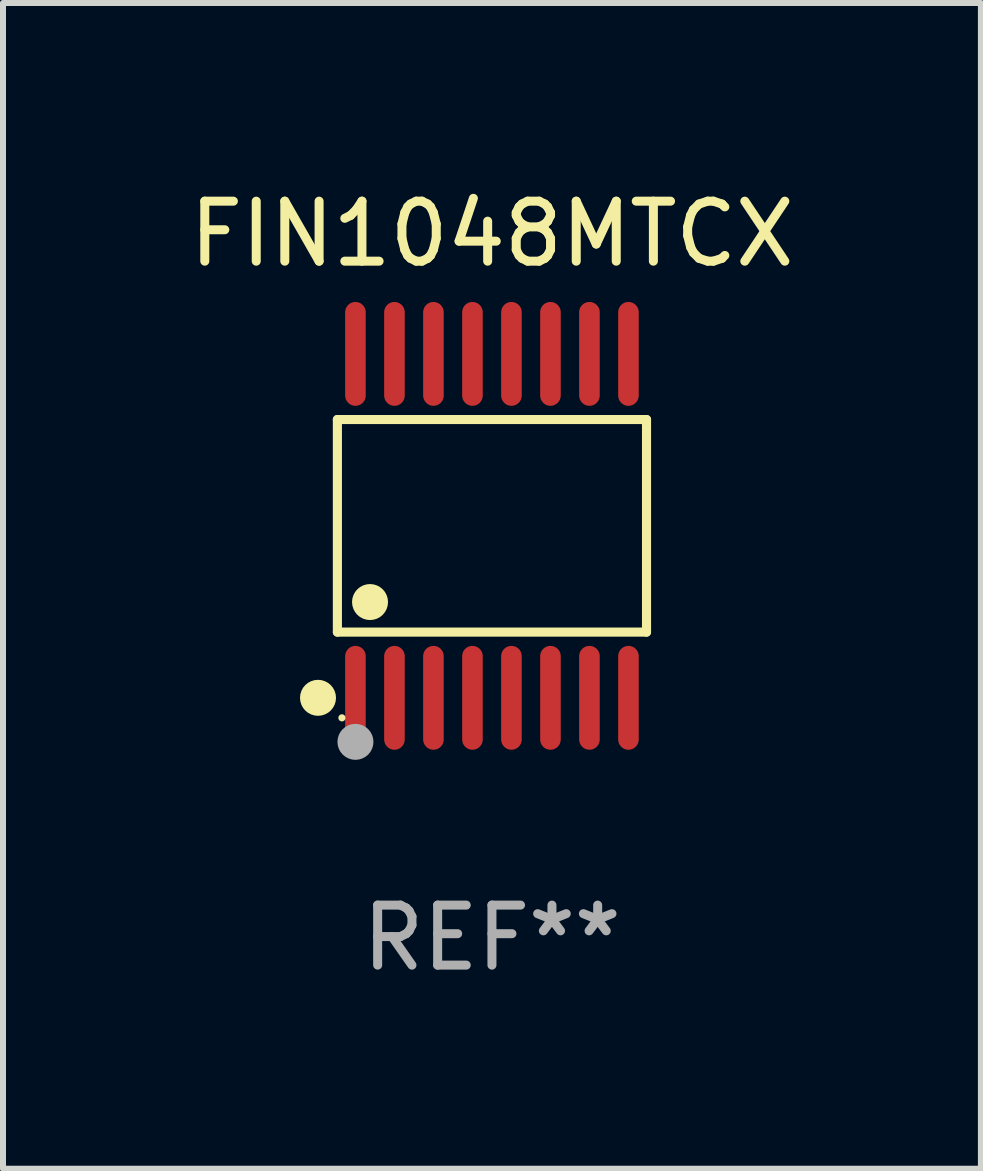
<source format=kicad_pcb>
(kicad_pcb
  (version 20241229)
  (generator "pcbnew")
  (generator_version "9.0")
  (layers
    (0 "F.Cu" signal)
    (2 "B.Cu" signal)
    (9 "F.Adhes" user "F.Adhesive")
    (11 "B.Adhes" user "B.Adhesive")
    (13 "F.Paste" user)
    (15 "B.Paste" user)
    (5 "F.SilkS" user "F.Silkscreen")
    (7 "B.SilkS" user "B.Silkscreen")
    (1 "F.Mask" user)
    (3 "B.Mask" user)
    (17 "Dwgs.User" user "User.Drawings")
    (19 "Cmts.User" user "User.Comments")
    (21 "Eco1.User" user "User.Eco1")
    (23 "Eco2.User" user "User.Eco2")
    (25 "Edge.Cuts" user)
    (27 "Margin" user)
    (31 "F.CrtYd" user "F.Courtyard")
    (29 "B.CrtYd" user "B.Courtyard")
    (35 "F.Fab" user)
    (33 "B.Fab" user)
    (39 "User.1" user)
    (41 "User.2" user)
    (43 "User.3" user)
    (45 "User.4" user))
  (footprint "FIN1048MTCX"
    (layer "F.Cu")
    (at 5.149 5.714)
    (property "Reference" "FIN1048MTCX" (at 0 -4.866 0) (layer "F.SilkS") (effects (font (size 1 1) (thickness 0.15))))
    (attr through_hole)
    (fp_line (start -2.576 -1.772) (end 2.576 -1.772) (stroke (width 0.152) (type solid)) (layer "F.SilkS"))
    (fp_line (start -2.576 1.771) (end -2.576 -1.772) (stroke (width 0.152) (type solid)) (layer "F.SilkS"))
    (fp_line (start 2.576 -1.772) (end 2.576 1.771) (stroke (width 0.152) (type solid)) (layer "F.SilkS"))
    (fp_line (start 2.576 1.771) (end -2.576 1.771) (stroke (width 0.152) (type solid)) (layer "F.SilkS"))
    (fp_circle (center -2.899 2.866) (end -2.749 2.866) (stroke (width 0.3) (type solid)) (fill no) (layer "F.SilkS"))
    (fp_circle (center -2.5 3.2) (end -2.47 3.2) (stroke (width 0.06) (type solid)) (fill no) (layer "F.SilkS"))
    (fp_circle (center -2.032 1.27) (end -1.882 1.27) (stroke (width 0.3) (type solid)) (fill no) (layer "F.SilkS"))
    (fp_circle (center -2.275 3.6) (end -2.125 3.6) (stroke (width 0.3) (type solid)) (fill no) (layer "F.Fab"))
    (fp_text user "REF**" (at 0 6.866 0) (layer "F.Fab") (effects (font (size 1 1) (thickness 0.15))))
    (pad "1" smd oval (at -2.275 2.866) (size 0.343 1.731) (layers "F.Cu" "F.Mask" "F.Paste"))
    (pad "2" smd oval (at -1.625 2.866) (size 0.343 1.731) (layers "F.Cu" "F.Mask" "F.Paste"))
    (pad "3" smd oval (at -0.975 2.866) (size 0.343 1.731) (layers "F.Cu" "F.Mask" "F.Paste"))
    (pad "4" smd oval (at -0.325 2.866) (size 0.343 1.731) (layers "F.Cu" "F.Mask" "F.Paste"))
    (pad "5" smd oval (at 0.325 2.866) (size 0.343 1.731) (layers "F.Cu" "F.Mask" "F.Paste"))
    (pad "6" smd oval (at 0.975 2.866) (size 0.343 1.731) (layers "F.Cu" "F.Mask" "F.Paste"))
    (pad "7" smd oval (at 1.625 2.866) (size 0.343 1.731) (layers "F.Cu" "F.Mask" "F.Paste"))
    (pad "8" smd oval (at 2.275 2.866) (size 0.343 1.731) (layers "F.Cu" "F.Mask" "F.Paste"))
    (pad "9" smd oval (at 2.275 -2.866) (size 0.343 1.731) (layers "F.Cu" "F.Mask" "F.Paste"))
    (pad "10" smd oval (at 1.625 -2.866) (size 0.343 1.731) (layers "F.Cu" "F.Mask" "F.Paste"))
    (pad "11" smd oval (at 0.975 -2.866) (size 0.343 1.731) (layers "F.Cu" "F.Mask" "F.Paste"))
    (pad "12" smd oval (at 0.325 -2.866) (size 0.343 1.731) (layers "F.Cu" "F.Mask" "F.Paste"))
    (pad "13" smd oval (at -0.325 -2.866) (size 0.343 1.731) (layers "F.Cu" "F.Mask" "F.Paste"))
    (pad "14" smd oval (at -0.975 -2.866) (size 0.343 1.731) (layers "F.Cu" "F.Mask" "F.Paste"))
    (pad "15" smd oval (at -1.625 -2.866) (size 0.343 1.731) (layers "F.Cu" "F.Mask" "F.Paste"))
    (pad "16" smd oval (at -2.275 -2.866) (size 0.343 1.731) (layers "F.Cu" "F.Mask" "F.Paste")))
  (gr_rect
    (start -3 -3)
    (end 13.298 16.428)
    (stroke (width 0.1) (type default))
    (fill no)
    (layer "Edge.Cuts")))
</source>
